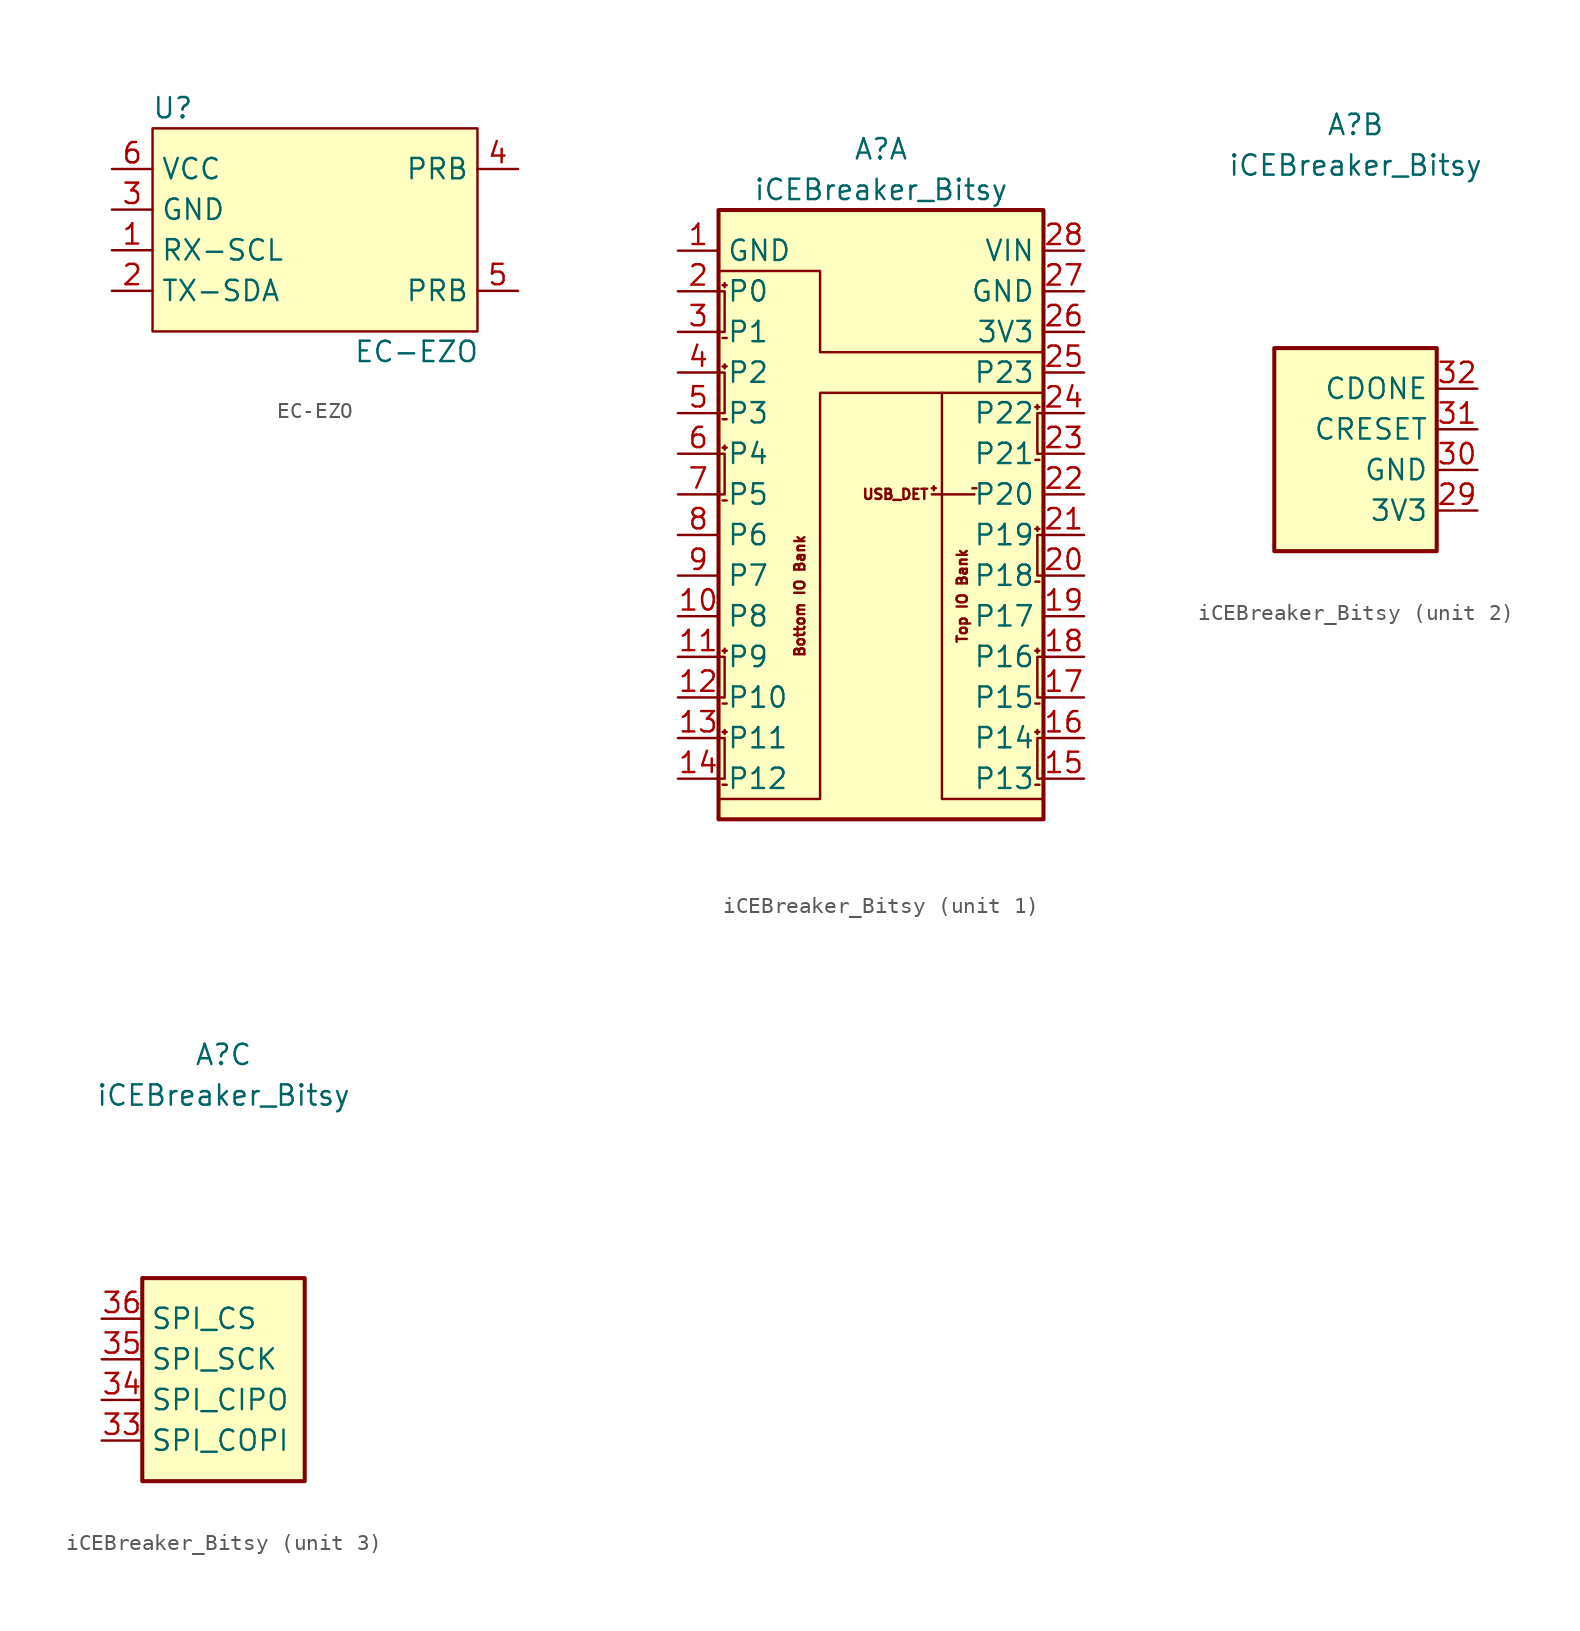
<source format=kicad_sym>
(kicad_symbol_lib
  (version 20231120)
  (generator "kicad_symbol_editor")
  (generator_version "8.0")
  (symbol "EC-EZO"
    (property "Reference" "U"
      (at -8.89 6.35 0)
      (effects (font (size 1.27 1.27))))
    (property "Value" "EC-EZO"
      (at 6.35 -8.89 0)
      (effects (font (size 1.27 1.27))))
    (symbol "EC-EZO_1_1"
      (rectangle (start -10.16 5.08) (end 10.16 -7.62) (stroke (width 0) (type default)) (fill (type background)))
      (pin input line (at -12.7 -2.54 0) (length 2.54) (name "RX-SCL" (effects (font (size 1.27 1.27)))) (number "1" (effects (font (size 1.27 1.27)))))
      (pin bidirectional line (at -12.7 -5.08 0) (length 2.54) (name "TX-SDA" (effects (font (size 1.27 1.27)))) (number "2" (effects (font (size 1.27 1.27)))))
      (pin power_in line (at -12.7 0 0) (length 2.54) (name "GND" (effects (font (size 1.27 1.27)))) (number "3" (effects (font (size 1.27 1.27)))))
      (pin output line (at 12.7 2.54 180) (length 2.54) (name "PRB" (effects (font (size 1.27 1.27)))) (number "4" (effects (font (size 1.27 1.27)))))
      (pin output line (at 12.7 -5.08 180) (length 2.54) (name "PRB" (effects (font (size 1.27 1.27)))) (number "5" (effects (font (size 1.27 1.27)))))
      (pin power_in line (at -12.7 2.54 0) (length 2.54) (name "VCC" (effects (font (size 1.27 1.27)))) (number "6" (effects (font (size 1.27 1.27)))))))
  (symbol "iCEBreaker_Bitsy"
    (property "Reference" "A"
      (at 0 21.59 0)
      (effects (font (size 1.27 1.27))))
    (property "Value" "iCEBreaker_Bitsy"
      (at 0 19.05 0)
      (effects (font (size 1.27 1.27))))
    (property "ki_locked" ""
      (at 0 0 0)
      (effects (font (size 1.27 1.27))))
    (symbol "iCEBreaker_Bitsy_1_0"
      (polyline (pts (xy 3.175 0.381) (xy 3.429 0.381)) (stroke (width 0) (type default)) (fill (type none)))
      (polyline (pts (xy 3.302 0.508) (xy 3.302 0.254)) (stroke (width 0) (type default)) (fill (type none)))
      (polyline (pts (xy 5.715 0.381) (xy 5.969 0.381)) (stroke (width 0) (type default)) (fill (type none)))
      (polyline (pts (xy 9.652 2.159) (xy 9.906 2.159)) (stroke (width 0) (type default)) (fill (type none)))
      (polyline (pts (xy 9.652 5.461) (xy 9.906 5.461)) (stroke (width 0) (type default)) (fill (type none)))
      (polyline (pts (xy 9.779 5.334) (xy 9.779 5.588)) (stroke (width 0) (type default)) (fill (type none)))
      (polyline (pts (xy 10.16 -19.05) (xy 3.81 -19.05) (xy 3.81 6.35)) (stroke (width 0) (type default)) (fill (type none)))
      (polyline (pts (xy -10.16 13.97) (xy -3.81 13.97) (xy -3.81 8.89) (xy 10.16 8.89)) (stroke (width 0) (type default)) (fill (type none)))
      (polyline (pts (xy 10.16 2.54) (xy 9.779 2.54) (xy 9.779 5.08) (xy 10.16 5.08)) (stroke (width 0) (type default)) (fill (type none)))
      (polyline (pts (xy 10.16 6.35) (xy -3.81 6.35) (xy -3.81 -19.05) (xy -10.16 -19.05)) (stroke (width 0) (type default)) (fill (type none)))
      (text "Bottom IO Bank" (at -5.08 -6.35 900) (effects (font (size 0.635 0.635))))
      (text "Top IO Bank" (at 5.08 -6.35 900) (effects (font (size 0.635 0.635))))
      (text "USB_DET" (at 3.048 0 0) (effects (font (size 0.635 0.635)) (justify right))))
    (symbol "iCEBreaker_Bitsy_1_1"
      (rectangle (start -10.16 17.78) (end 10.16 -20.32) (stroke (width 0.254) (type default)) (fill (type background)))
      (polyline (pts (xy -9.906 -18.161) (xy -9.652 -18.161)) (stroke (width 0) (type default)) (fill (type none)))
      (polyline (pts (xy -9.906 -14.859) (xy -9.652 -14.859)) (stroke (width 0) (type default)) (fill (type none)))
      (polyline (pts (xy -9.906 -13.081) (xy -9.652 -13.081)) (stroke (width 0) (type default)) (fill (type none)))
      (polyline (pts (xy -9.906 -9.779) (xy -9.652 -9.779)) (stroke (width 0) (type default)) (fill (type none)))
      (polyline (pts (xy -9.906 -0.381) (xy -9.652 -0.381)) (stroke (width 0) (type default)) (fill (type none)))
      (polyline (pts (xy -9.906 2.921) (xy -9.652 2.921)) (stroke (width 0) (type default)) (fill (type none)))
      (polyline (pts (xy -9.906 4.699) (xy -9.652 4.699)) (stroke (width 0) (type default)) (fill (type none)))
      (polyline (pts (xy -9.906 8.001) (xy -9.652 8.001)) (stroke (width 0) (type default)) (fill (type none)))
      (polyline (pts (xy -9.906 9.779) (xy -9.652 9.779)) (stroke (width 0) (type default)) (fill (type none)))
      (polyline (pts (xy -9.906 13.081) (xy -9.652 13.081)) (stroke (width 0) (type default)) (fill (type none)))
      (polyline (pts (xy -9.779 -14.986) (xy -9.779 -14.732)) (stroke (width 0) (type default)) (fill (type none)))
      (polyline (pts (xy -9.779 -9.906) (xy -9.779 -9.652)) (stroke (width 0) (type default)) (fill (type none)))
      (polyline (pts (xy -9.779 2.794) (xy -9.779 3.048)) (stroke (width 0) (type default)) (fill (type none)))
      (polyline (pts (xy -9.779 7.874) (xy -9.779 8.128)) (stroke (width 0) (type default)) (fill (type none)))
      (polyline (pts (xy -9.779 13.208) (xy -9.779 12.954)) (stroke (width 0) (type default)) (fill (type none)))
      (polyline (pts (xy 5.842 0) (xy 3.175 0)) (stroke (width 0) (type default)) (fill (type none)))
      (polyline (pts (xy 9.652 -18.161) (xy 9.906 -18.161)) (stroke (width 0) (type default)) (fill (type none)))
      (polyline (pts (xy 9.652 -14.859) (xy 9.906 -14.859)) (stroke (width 0) (type default)) (fill (type none)))
      (polyline (pts (xy 9.652 -13.081) (xy 9.906 -13.081)) (stroke (width 0) (type default)) (fill (type none)))
      (polyline (pts (xy 9.652 -9.779) (xy 9.906 -9.779)) (stroke (width 0) (type default)) (fill (type none)))
      (polyline (pts (xy 9.652 -5.461) (xy 9.906 -5.461)) (stroke (width 0) (type default)) (fill (type none)))
      (polyline (pts (xy 9.652 -2.159) (xy 9.906 -2.159)) (stroke (width 0) (type default)) (fill (type none)))
      (polyline (pts (xy 9.779 -14.986) (xy 9.779 -14.732)) (stroke (width 0) (type default)) (fill (type none)))
      (polyline (pts (xy 9.779 -9.906) (xy 9.779 -9.652)) (stroke (width 0) (type default)) (fill (type none)))
      (polyline (pts (xy 9.779 -2.286) (xy 9.779 -2.032)) (stroke (width 0) (type default)) (fill (type none)))
      (polyline (pts (xy -10.16 -15.24) (xy -9.779 -15.24) (xy -9.779 -17.78) (xy -10.16 -17.78)) (stroke (width 0) (type default)) (fill (type none)))
      (polyline (pts (xy -10.16 -10.16) (xy -9.779 -10.16) (xy -9.779 -12.7) (xy -10.16 -12.7)) (stroke (width 0) (type default)) (fill (type none)))
      (polyline (pts (xy -10.16 2.54) (xy -9.779 2.54) (xy -9.779 0) (xy -10.16 0)) (stroke (width 0) (type default)) (fill (type none)))
      (polyline (pts (xy -10.16 7.62) (xy -9.779 7.62) (xy -9.779 5.08) (xy -10.16 5.08)) (stroke (width 0) (type default)) (fill (type none)))
      (polyline (pts (xy -10.16 12.7) (xy -9.779 12.7) (xy -9.779 10.16) (xy -10.16 10.16)) (stroke (width 0) (type default)) (fill (type none)))
      (polyline (pts (xy 10.16 -17.78) (xy 9.779 -17.78) (xy 9.779 -15.24) (xy 10.16 -15.24)) (stroke (width 0) (type default)) (fill (type none)))
      (polyline (pts (xy 10.16 -12.7) (xy 9.779 -12.7) (xy 9.779 -10.16) (xy 10.16 -10.16)) (stroke (width 0) (type default)) (fill (type none)))
      (polyline (pts (xy 10.16 -5.08) (xy 9.779 -5.08) (xy 9.779 -2.54) (xy 10.16 -2.54)) (stroke (width 0) (type default)) (fill (type none)))
      (pin power_out line (at -12.7 15.24 0) (length 2.54) (name "GND" (effects (font (size 1.27 1.27)))) (number "1" (effects (font (size 1.27 1.27)))))
      (pin bidirectional line (at -12.7 -7.62 0) (length 2.54) (name "P8" (effects (font (size 1.27 1.27)))) (number "10" (effects (font (size 1.27 1.27)))))
      (pin bidirectional line (at -12.7 -10.16 0) (length 2.54) (name "P9" (effects (font (size 1.27 1.27)))) (number "11" (effects (font (size 1.27 1.27)))))
      (pin bidirectional line (at -12.7 -12.7 0) (length 2.54) (name "P10" (effects (font (size 1.27 1.27)))) (number "12" (effects (font (size 1.27 1.27)))))
      (pin bidirectional line (at -12.7 -15.24 0) (length 2.54) (name "P11" (effects (font (size 1.27 1.27)))) (number "13" (effects (font (size 1.27 1.27)))))
      (pin bidirectional line (at -12.7 -17.78 0) (length 2.54) (name "P12" (effects (font (size 1.27 1.27)))) (number "14" (effects (font (size 1.27 1.27)))))
      (pin bidirectional line (at 12.7 -17.78 180) (length 2.54) (name "P13" (effects (font (size 1.27 1.27)))) (number "15" (effects (font (size 1.27 1.27)))))
      (pin bidirectional line (at 12.7 -15.24 180) (length 2.54) (name "P14" (effects (font (size 1.27 1.27)))) (number "16" (effects (font (size 1.27 1.27)))))
      (pin bidirectional line (at 12.7 -12.7 180) (length 2.54) (name "P15" (effects (font (size 1.27 1.27)))) (number "17" (effects (font (size 1.27 1.27)))))
      (pin bidirectional line (at 12.7 -10.16 180) (length 2.54) (name "P16" (effects (font (size 1.27 1.27)))) (number "18" (effects (font (size 1.27 1.27)))))
      (pin bidirectional line (at 12.7 -7.62 180) (length 2.54) (name "P17" (effects (font (size 1.27 1.27)))) (number "19" (effects (font (size 1.27 1.27)))))
      (pin bidirectional line (at -12.7 12.7 0) (length 2.54) (name "P0" (effects (font (size 1.27 1.27)))) (number "2" (effects (font (size 1.27 1.27)))))
      (pin bidirectional line (at 12.7 -5.08 180) (length 2.54) (name "P18" (effects (font (size 1.27 1.27)))) (number "20" (effects (font (size 1.27 1.27)))))
      (pin bidirectional line (at 12.7 -2.54 180) (length 2.54) (name "P19" (effects (font (size 1.27 1.27)))) (number "21" (effects (font (size 1.27 1.27)))))
      (pin bidirectional line (at 12.7 0 180) (length 2.54) (name "P20" (effects (font (size 1.27 1.27)))) (number "22" (effects (font (size 1.27 1.27)))))
      (pin bidirectional line (at 12.7 2.54 180) (length 2.54) (name "P21" (effects (font (size 1.27 1.27)))) (number "23" (effects (font (size 1.27 1.27)))))
      (pin bidirectional line (at 12.7 5.08 180) (length 2.54) (name "P22" (effects (font (size 1.27 1.27)))) (number "24" (effects (font (size 1.27 1.27)))))
      (pin bidirectional line (at 12.7 7.62 180) (length 2.54) (name "P23" (effects (font (size 1.27 1.27)))) (number "25" (effects (font (size 1.27 1.27)))))
      (pin power_out line (at 12.7 10.16 180) (length 2.54) (name "3V3" (effects (font (size 1.27 1.27)))) (number "26" (effects (font (size 1.27 1.27)))))
      (pin power_out line (at 12.7 12.7 180) (length 2.54) (name "GND" (effects (font (size 1.27 1.27)))) (number "27" (effects (font (size 1.27 1.27)))))
      (pin power_in line (at 12.7 15.24 180) (length 2.54) (name "VIN" (effects (font (size 1.27 1.27)))) (number "28" (effects (font (size 1.27 1.27)))))
      (pin bidirectional line (at -12.7 10.16 0) (length 2.54) (name "P1" (effects (font (size 1.27 1.27)))) (number "3" (effects (font (size 1.27 1.27)))))
      (pin bidirectional line (at -12.7 7.62 0) (length 2.54) (name "P2" (effects (font (size 1.27 1.27)))) (number "4" (effects (font (size 1.27 1.27)))))
      (pin bidirectional line (at -12.7 5.08 0) (length 2.54) (name "P3" (effects (font (size 1.27 1.27)))) (number "5" (effects (font (size 1.27 1.27)))))
      (pin bidirectional line (at -12.7 2.54 0) (length 2.54) (name "P4" (effects (font (size 1.27 1.27)))) (number "6" (effects (font (size 1.27 1.27)))))
      (pin bidirectional line (at -12.7 0 0) (length 2.54) (name "P5" (effects (font (size 1.27 1.27)))) (number "7" (effects (font (size 1.27 1.27)))))
      (pin bidirectional line (at -12.7 -2.54 0) (length 2.54) (name "P6" (effects (font (size 1.27 1.27)))) (number "8" (effects (font (size 1.27 1.27)))))
      (pin bidirectional line (at -12.7 -5.08 0) (length 2.54) (name "P7" (effects (font (size 1.27 1.27)))) (number "9" (effects (font (size 1.27 1.27))))))
    (symbol "iCEBreaker_Bitsy_2_1"
      (rectangle (start -5.08 7.62) (end 5.08 -5.08) (stroke (width 0.254) (type default)) (fill (type background)))
      (pin power_out line (at 7.62 -2.54 180) (length 2.54) (name "3V3" (effects (font (size 1.27 1.27)))) (number "29" (effects (font (size 1.27 1.27)))))
      (pin power_out line (at 7.62 0 180) (length 2.54) (name "GND" (effects (font (size 1.27 1.27)))) (number "30" (effects (font (size 1.27 1.27)))))
      (pin input line (at 7.62 2.54 180) (length 2.54) (name "CRESET" (effects (font (size 1.27 1.27)))) (number "31" (effects (font (size 1.27 1.27)))))
      (pin output line (at 7.62 5.08 180) (length 2.54) (name "CDONE" (effects (font (size 1.27 1.27)))) (number "32" (effects (font (size 1.27 1.27))))))
    (symbol "iCEBreaker_Bitsy_3_1"
      (rectangle (start -5.08 7.62) (end 5.08 -5.08) (stroke (width 0.254) (type default)) (fill (type background)))
      (pin bidirectional line (at -7.62 -2.54 0) (length 2.54) (name "SPI_COPI" (effects (font (size 1.27 1.27)))) (number "33" (effects (font (size 1.27 1.27)))))
      (pin bidirectional line (at -7.62 0 0) (length 2.54) (name "SPI_CIPO" (effects (font (size 1.27 1.27)))) (number "34" (effects (font (size 1.27 1.27)))))
      (pin bidirectional line (at -7.62 2.54 0) (length 2.54) (name "SPI_SCK" (effects (font (size 1.27 1.27)))) (number "35" (effects (font (size 1.27 1.27)))))
      (pin bidirectional line (at -7.62 5.08 0) (length 2.54) (name "SPI_CS" (effects (font (size 1.27 1.27)))) (number "36" (effects (font (size 1.27 1.27))))))))
</source>
